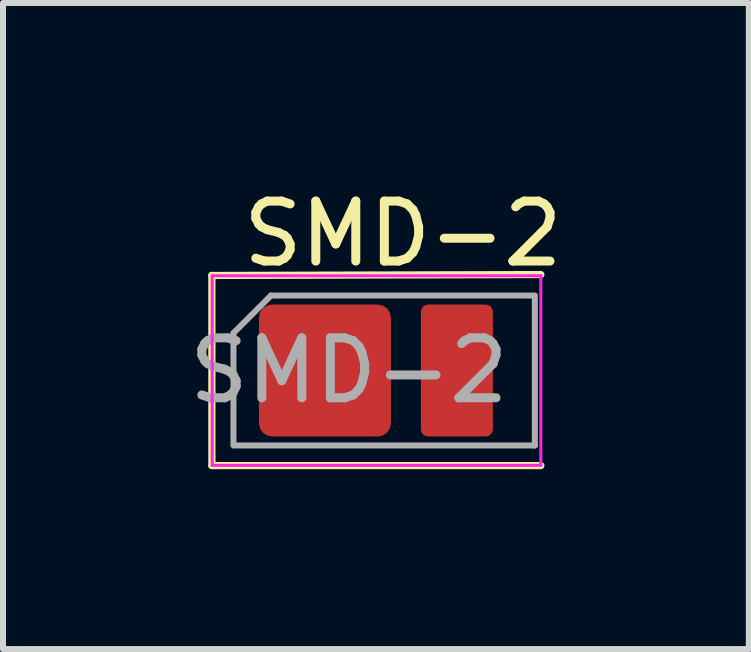
<source format=kicad_pcb>
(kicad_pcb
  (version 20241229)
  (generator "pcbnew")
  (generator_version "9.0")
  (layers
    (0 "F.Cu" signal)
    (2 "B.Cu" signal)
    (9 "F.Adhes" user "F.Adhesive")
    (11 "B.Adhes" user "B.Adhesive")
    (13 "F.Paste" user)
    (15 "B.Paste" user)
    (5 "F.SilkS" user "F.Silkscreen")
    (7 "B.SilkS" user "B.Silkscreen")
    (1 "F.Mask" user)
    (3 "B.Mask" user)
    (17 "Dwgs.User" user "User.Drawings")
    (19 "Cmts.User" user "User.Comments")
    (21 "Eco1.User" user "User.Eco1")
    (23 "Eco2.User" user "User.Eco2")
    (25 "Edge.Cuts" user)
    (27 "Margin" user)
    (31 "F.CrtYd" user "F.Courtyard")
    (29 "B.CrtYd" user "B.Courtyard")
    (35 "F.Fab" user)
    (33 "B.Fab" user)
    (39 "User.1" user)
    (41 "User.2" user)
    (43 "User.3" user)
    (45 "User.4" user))
  (footprint "SMD-2"
    (layer "F.Cu")
    (at 3.668 3.128)
    (property "Reference" "SMD-2" (at 0 -2.28 0) (layer "F.SilkS") (effects (font (size 1 1) (thickness 0.15))))
    (attr smd)
    (fp_line (start -3.185 -1.585) (end -3.185 1.585) (stroke (width 0.12) (type solid)) (layer "F.SilkS"))
    (fp_line (start -3.185 1.585) (end 2.3 1.585) (stroke (width 0.12) (type solid)) (layer "F.SilkS"))
    (fp_line (start 2.3 -1.6) (end -3.185 -1.585) (stroke (width 0.12) (type solid)) (layer "F.SilkS"))
    (fp_line (start -3.18 -1.58) (end 2.3 -1.58) (stroke (width 0.05) (type solid)) (layer "F.CrtYd"))
    (fp_line (start -3.18 1.58) (end -3.18 -1.58) (stroke (width 0.05) (type solid)) (layer "F.CrtYd"))
    (fp_line (start 2.3 -1.58) (end 2.3 1.58) (stroke (width 0.05) (type solid)) (layer "F.CrtYd"))
    (fp_line (start 2.3 1.58) (end -3.18 1.58) (stroke (width 0.05) (type solid)) (layer "F.CrtYd"))
    (fp_line (start -2.825 -0.625) (end -2.825 1.25) (stroke (width 0.1) (type solid)) (layer "F.Fab"))
    (fp_line (start -2.8 1.25) (end 2.2 1.25) (stroke (width 0.1) (type solid)) (layer "F.Fab"))
    (fp_line (start -2.2 -1.25) (end -2.825 -0.625) (stroke (width 0.1) (type solid)) (layer "F.Fab"))
    (fp_line (start 2.175 -1.25) (end -2.2 -1.25) (stroke (width 0.1) (type solid)) (layer "F.Fab"))
    (fp_line (start 2.2 1.25) (end 2.2 -1.25) (stroke (width 0.1) (type solid)) (layer "F.Fab"))
    (fp_text user "${REFERENCE}" (at -0.9 0 0) (layer "F.Fab") (effects (font (size 1 1) (thickness 0.15))))
    (pad "1" smd roundrect (at -1.3 0) (size 2.2 2.2) (layers "F.Cu" "F.Mask" "F.Paste") (roundrect_rratio 0.1))
    (pad "2" smd roundrect (at 0.9 0) (size 1.2 2.2) (layers "F.Cu" "F.Mask" "F.Paste") (roundrect_rratio 0.1)))
  (gr_rect
    (start -3 -3)
    (end 9.436 7.773)
    (stroke (width 0.1) (type default))
    (fill no)
    (layer "Edge.Cuts")))
</source>
